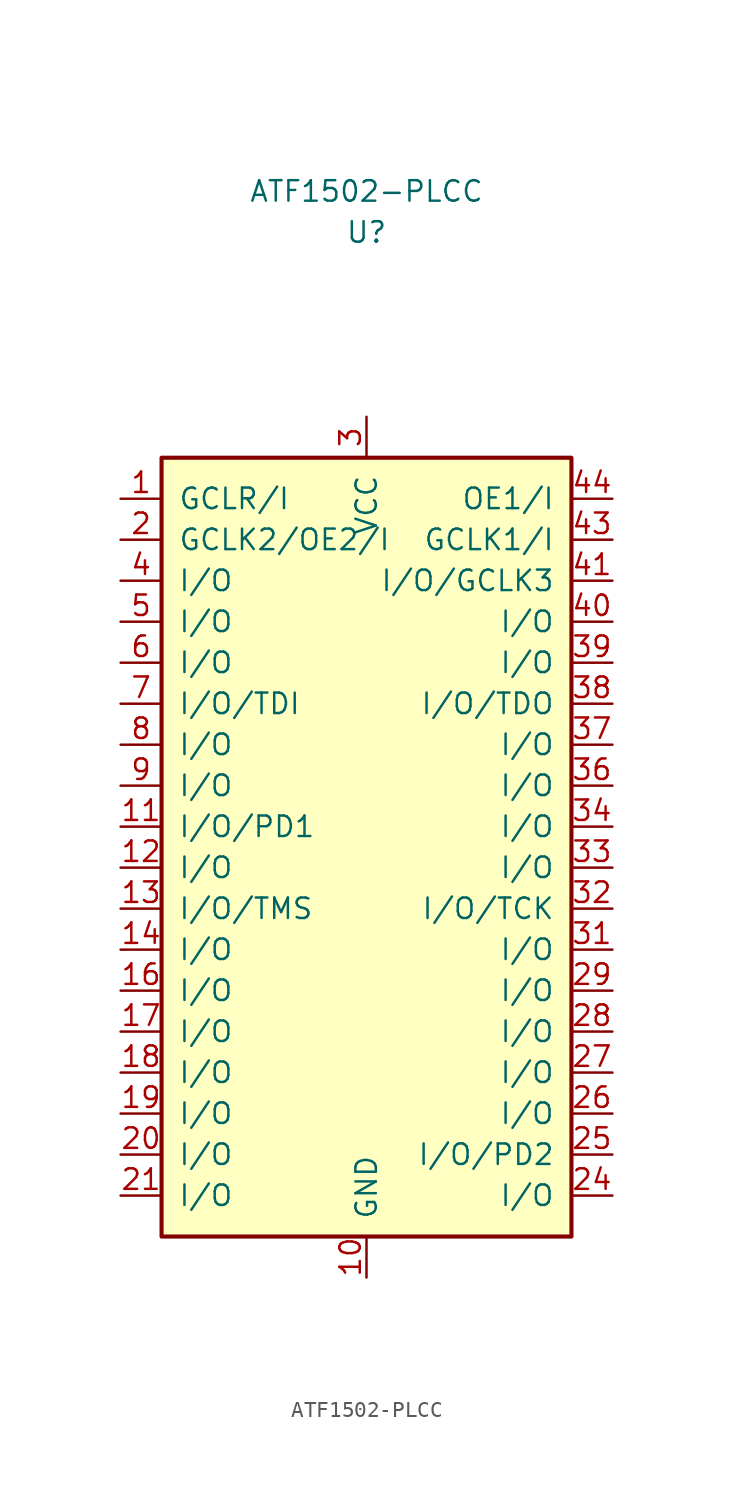
<source format=kicad_sym>
(kicad_symbol_lib
  (version 20211014)
  (generator kicad_symbol_editor)
  (symbol "ATF1502-PLCC"
    (pin_names
      (offset 1.016))
    (property "Reference" "U"
      (at 12.7 13.97 0)
      (effects (font (size 1.27 1.27))))
    (property "Value" "ATF1502-PLCC"
      (at 12.7 16.51 0)
      (effects (font (size 1.27 1.27))))
    (symbol "ATF1502-PLCC_1_1"
      (rectangle (start 0 0) (end 25.4 -48.26) (stroke (width 0.254) (type default) (color 0 0 0 0)) (fill (type background)))
      (pin input line (at -2.54 -2.54 0) (length 2.54) (name "GCLR/I" (effects (font (size 1.27 1.27)))) (number "1" (effects (font (size 1.27 1.27)))))
      (pin power_in line (at 12.7 -50.8 90) (length 2.54) (name "GND" (effects (font (size 1.27 1.27)))) (number "10" (effects (font (size 1.27 1.27)))))
      (pin bidirectional line (at -2.54 -22.86 0) (length 2.54) (name "I/O/PD1" (effects (font (size 1.27 1.27)))) (number "11" (effects (font (size 1.27 1.27)))))
      (pin bidirectional line (at -2.54 -25.4 0) (length 2.54) (name "I/O" (effects (font (size 1.27 1.27)))) (number "12" (effects (font (size 1.27 1.27)))))
      (pin bidirectional line (at -2.54 -27.94 0) (length 2.54) (name "I/O/TMS" (effects (font (size 1.27 1.27)))) (number "13" (effects (font (size 1.27 1.27)))))
      (pin bidirectional line (at -2.54 -30.48 0) (length 2.54) (name "I/O" (effects (font (size 1.27 1.27)))) (number "14" (effects (font (size 1.27 1.27)))))
      (pin passive line (at 12.7 2.54 270) (length 2.54) hide (name "VCC" (effects (font (size 1.27 1.27)))) (number "15" (effects (font (size 1.27 1.27)))))
      (pin bidirectional line (at -2.54 -33.02 0) (length 2.54) (name "I/O" (effects (font (size 1.27 1.27)))) (number "16" (effects (font (size 1.27 1.27)))))
      (pin bidirectional line (at -2.54 -35.56 0) (length 2.54) (name "I/O" (effects (font (size 1.27 1.27)))) (number "17" (effects (font (size 1.27 1.27)))))
      (pin bidirectional line (at -2.54 -38.1 0) (length 2.54) (name "I/O" (effects (font (size 1.27 1.27)))) (number "18" (effects (font (size 1.27 1.27)))))
      (pin bidirectional line (at -2.54 -40.64 0) (length 2.54) (name "I/O" (effects (font (size 1.27 1.27)))) (number "19" (effects (font (size 1.27 1.27)))))
      (pin input line (at -2.54 -5.08 0) (length 2.54) (name "GCLK2/OE2/I" (effects (font (size 1.27 1.27)))) (number "2" (effects (font (size 1.27 1.27)))))
      (pin bidirectional line (at -2.54 -43.18 0) (length 2.54) (name "I/O" (effects (font (size 1.27 1.27)))) (number "20" (effects (font (size 1.27 1.27)))))
      (pin bidirectional line (at -2.54 -45.72 0) (length 2.54) (name "I/O" (effects (font (size 1.27 1.27)))) (number "21" (effects (font (size 1.27 1.27)))))
      (pin passive line (at 12.7 -50.8 90) (length 2.54) hide (name "GND" (effects (font (size 1.27 1.27)))) (number "22" (effects (font (size 1.27 1.27)))))
      (pin passive line (at 12.7 2.54 270) (length 2.54) hide (name "VCC" (effects (font (size 1.27 1.27)))) (number "23" (effects (font (size 1.27 1.27)))))
      (pin bidirectional line (at 27.94 -45.72 180) (length 2.54) (name "I/O" (effects (font (size 1.27 1.27)))) (number "24" (effects (font (size 1.27 1.27)))))
      (pin bidirectional line (at 27.94 -43.18 180) (length 2.54) (name "I/O/PD2" (effects (font (size 1.27 1.27)))) (number "25" (effects (font (size 1.27 1.27)))))
      (pin bidirectional line (at 27.94 -40.64 180) (length 2.54) (name "I/O" (effects (font (size 1.27 1.27)))) (number "26" (effects (font (size 1.27 1.27)))))
      (pin bidirectional line (at 27.94 -38.1 180) (length 2.54) (name "I/O" (effects (font (size 1.27 1.27)))) (number "27" (effects (font (size 1.27 1.27)))))
      (pin bidirectional line (at 27.94 -35.56 180) (length 2.54) (name "I/O" (effects (font (size 1.27 1.27)))) (number "28" (effects (font (size 1.27 1.27)))))
      (pin bidirectional line (at 27.94 -33.02 180) (length 2.54) (name "I/O" (effects (font (size 1.27 1.27)))) (number "29" (effects (font (size 1.27 1.27)))))
      (pin power_in line (at 12.7 2.54 270) (length 2.54) (name "VCC" (effects (font (size 1.27 1.27)))) (number "3" (effects (font (size 1.27 1.27)))))
      (pin passive line (at 12.7 -50.8 90) (length 2.54) hide (name "GND" (effects (font (size 1.27 1.27)))) (number "30" (effects (font (size 1.27 1.27)))))
      (pin bidirectional line (at 27.94 -30.48 180) (length 2.54) (name "I/O" (effects (font (size 1.27 1.27)))) (number "31" (effects (font (size 1.27 1.27)))))
      (pin bidirectional line (at 27.94 -27.94 180) (length 2.54) (name "I/O/TCK" (effects (font (size 1.27 1.27)))) (number "32" (effects (font (size 1.27 1.27)))))
      (pin bidirectional line (at 27.94 -25.4 180) (length 2.54) (name "I/O" (effects (font (size 1.27 1.27)))) (number "33" (effects (font (size 1.27 1.27)))))
      (pin bidirectional line (at 27.94 -22.86 180) (length 2.54) (name "I/O" (effects (font (size 1.27 1.27)))) (number "34" (effects (font (size 1.27 1.27)))))
      (pin passive line (at 12.7 2.54 270) (length 2.54) hide (name "VCC" (effects (font (size 1.27 1.27)))) (number "35" (effects (font (size 1.27 1.27)))))
      (pin bidirectional line (at 27.94 -20.32 180) (length 2.54) (name "I/O" (effects (font (size 1.27 1.27)))) (number "36" (effects (font (size 1.27 1.27)))))
      (pin bidirectional line (at 27.94 -17.78 180) (length 2.54) (name "I/O" (effects (font (size 1.27 1.27)))) (number "37" (effects (font (size 1.27 1.27)))))
      (pin bidirectional line (at 27.94 -15.24 180) (length 2.54) (name "I/O/TDO" (effects (font (size 1.27 1.27)))) (number "38" (effects (font (size 1.27 1.27)))))
      (pin bidirectional line (at 27.94 -12.7 180) (length 2.54) (name "I/O" (effects (font (size 1.27 1.27)))) (number "39" (effects (font (size 1.27 1.27)))))
      (pin bidirectional line (at -2.54 -7.62 0) (length 2.54) (name "I/O" (effects (font (size 1.27 1.27)))) (number "4" (effects (font (size 1.27 1.27)))))
      (pin bidirectional line (at 27.94 -10.16 180) (length 2.54) (name "I/O" (effects (font (size 1.27 1.27)))) (number "40" (effects (font (size 1.27 1.27)))))
      (pin bidirectional line (at 27.94 -7.62 180) (length 2.54) (name "I/O/GCLK3" (effects (font (size 1.27 1.27)))) (number "41" (effects (font (size 1.27 1.27)))))
      (pin passive line (at 12.7 -50.8 90) (length 2.54) hide (name "GND" (effects (font (size 1.27 1.27)))) (number "42" (effects (font (size 1.27 1.27)))))
      (pin input line (at 27.94 -5.08 180) (length 2.54) (name "GCLK1/I" (effects (font (size 1.27 1.27)))) (number "43" (effects (font (size 1.27 1.27)))))
      (pin input line (at 27.94 -2.54 180) (length 2.54) (name "OE1/I" (effects (font (size 1.27 1.27)))) (number "44" (effects (font (size 1.27 1.27)))))
      (pin bidirectional line (at -2.54 -10.16 0) (length 2.54) (name "I/O" (effects (font (size 1.27 1.27)))) (number "5" (effects (font (size 1.27 1.27)))))
      (pin bidirectional line (at -2.54 -12.7 0) (length 2.54) (name "I/O" (effects (font (size 1.27 1.27)))) (number "6" (effects (font (size 1.27 1.27)))))
      (pin bidirectional line (at -2.54 -15.24 0) (length 2.54) (name "I/O/TDI" (effects (font (size 1.27 1.27)))) (number "7" (effects (font (size 1.27 1.27)))))
      (pin bidirectional line (at -2.54 -17.78 0) (length 2.54) (name "I/O" (effects (font (size 1.27 1.27)))) (number "8" (effects (font (size 1.27 1.27)))))
      (pin bidirectional line (at -2.54 -20.32 0) (length 2.54) (name "I/O" (effects (font (size 1.27 1.27)))) (number "9" (effects (font (size 1.27 1.27))))))))
</source>
